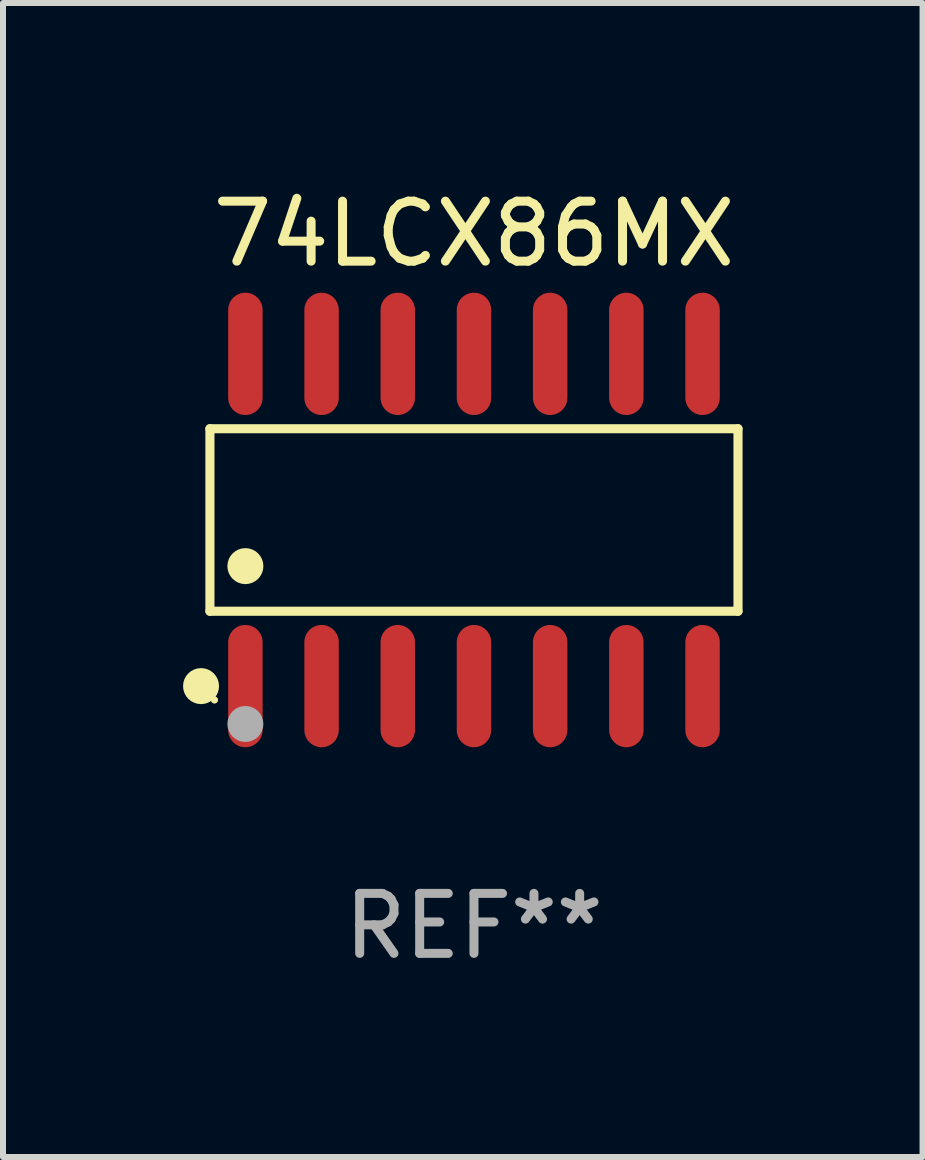
<source format=kicad_pcb>
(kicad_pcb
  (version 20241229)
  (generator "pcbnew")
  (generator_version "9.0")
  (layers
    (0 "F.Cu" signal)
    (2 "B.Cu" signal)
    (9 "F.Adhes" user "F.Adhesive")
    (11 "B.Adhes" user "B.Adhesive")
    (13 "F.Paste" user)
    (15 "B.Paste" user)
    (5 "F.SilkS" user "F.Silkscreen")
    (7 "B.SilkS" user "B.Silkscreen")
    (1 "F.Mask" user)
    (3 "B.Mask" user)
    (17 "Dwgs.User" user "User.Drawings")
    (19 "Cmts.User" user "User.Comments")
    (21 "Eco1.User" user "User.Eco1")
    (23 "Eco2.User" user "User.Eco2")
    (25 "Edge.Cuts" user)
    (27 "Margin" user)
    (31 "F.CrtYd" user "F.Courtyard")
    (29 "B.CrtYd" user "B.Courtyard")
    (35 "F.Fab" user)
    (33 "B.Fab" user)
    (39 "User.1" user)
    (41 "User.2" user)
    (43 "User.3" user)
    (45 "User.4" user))
  (footprint "74LCX86MX"
    (layer "F.Cu")
    (at 4.85 5.617)
    (property "Reference" "74LCX86MX" (at 0 -4.769 0) (layer "F.SilkS") (effects (font (size 1 1) (thickness 0.15))))
    (attr through_hole)
    (fp_line (start -4.401 -1.521) (end 4.401 -1.521) (stroke (width 0.152) (type solid)) (layer "F.SilkS"))
    (fp_line (start -4.401 1.521) (end -4.401 -1.521) (stroke (width 0.152) (type solid)) (layer "F.SilkS"))
    (fp_line (start 4.401 -1.521) (end 4.401 1.521) (stroke (width 0.152) (type solid)) (layer "F.SilkS"))
    (fp_line (start 4.401 1.521) (end -4.401 1.521) (stroke (width 0.152) (type solid)) (layer "F.SilkS"))
    (fp_circle (center -4.549 2.769) (end -4.399 2.769) (stroke (width 0.3) (type solid)) (fill no) (layer "F.SilkS"))
    (fp_circle (center -4.325 3) (end -4.295 3) (stroke (width 0.06) (type solid)) (fill no) (layer "F.SilkS"))
    (fp_circle (center -3.81 0.769) (end -3.66 0.769) (stroke (width 0.3) (type solid)) (fill no) (layer "F.SilkS"))
    (fp_circle (center -3.81 3.4) (end -3.66 3.4) (stroke (width 0.3) (type solid)) (fill no) (layer "F.Fab"))
    (fp_text user "REF**" (at 0 6.769 0) (layer "F.Fab") (effects (font (size 1 1) (thickness 0.15))))
    (pad "1" smd oval (at -3.81 2.769) (size 0.574 2.038) (layers "F.Cu" "F.Mask" "F.Paste"))
    (pad "2" smd oval (at -2.54 2.769) (size 0.574 2.038) (layers "F.Cu" "F.Mask" "F.Paste"))
    (pad "3" smd oval (at -1.27 2.769) (size 0.574 2.038) (layers "F.Cu" "F.Mask" "F.Paste"))
    (pad "4" smd oval (at 0 2.769) (size 0.574 2.038) (layers "F.Cu" "F.Mask" "F.Paste"))
    (pad "5" smd oval (at 1.27 2.769) (size 0.574 2.038) (layers "F.Cu" "F.Mask" "F.Paste"))
    (pad "6" smd oval (at 2.54 2.769) (size 0.574 2.038) (layers "F.Cu" "F.Mask" "F.Paste"))
    (pad "7" smd oval (at 3.81 2.769) (size 0.574 2.038) (layers "F.Cu" "F.Mask" "F.Paste"))
    (pad "8" smd oval (at 3.81 -2.769) (size 0.574 2.038) (layers "F.Cu" "F.Mask" "F.Paste"))
    (pad "9" smd oval (at 2.54 -2.769) (size 0.574 2.038) (layers "F.Cu" "F.Mask" "F.Paste"))
    (pad "10" smd oval (at 1.27 -2.769) (size 0.574 2.038) (layers "F.Cu" "F.Mask" "F.Paste"))
    (pad "11" smd oval (at 0 -2.769) (size 0.574 2.038) (layers "F.Cu" "F.Mask" "F.Paste"))
    (pad "12" smd oval (at -1.27 -2.769) (size 0.574 2.038) (layers "F.Cu" "F.Mask" "F.Paste"))
    (pad "13" smd oval (at -2.54 -2.769) (size 0.574 2.038) (layers "F.Cu" "F.Mask" "F.Paste"))
    (pad "14" smd oval (at -3.81 -2.769) (size 0.574 2.038) (layers "F.Cu" "F.Mask" "F.Paste")))
  (gr_rect
    (start -3 -3)
    (end 12.327 16.235)
    (stroke (width 0.1) (type default))
    (fill no)
    (layer "Edge.Cuts")))
</source>
